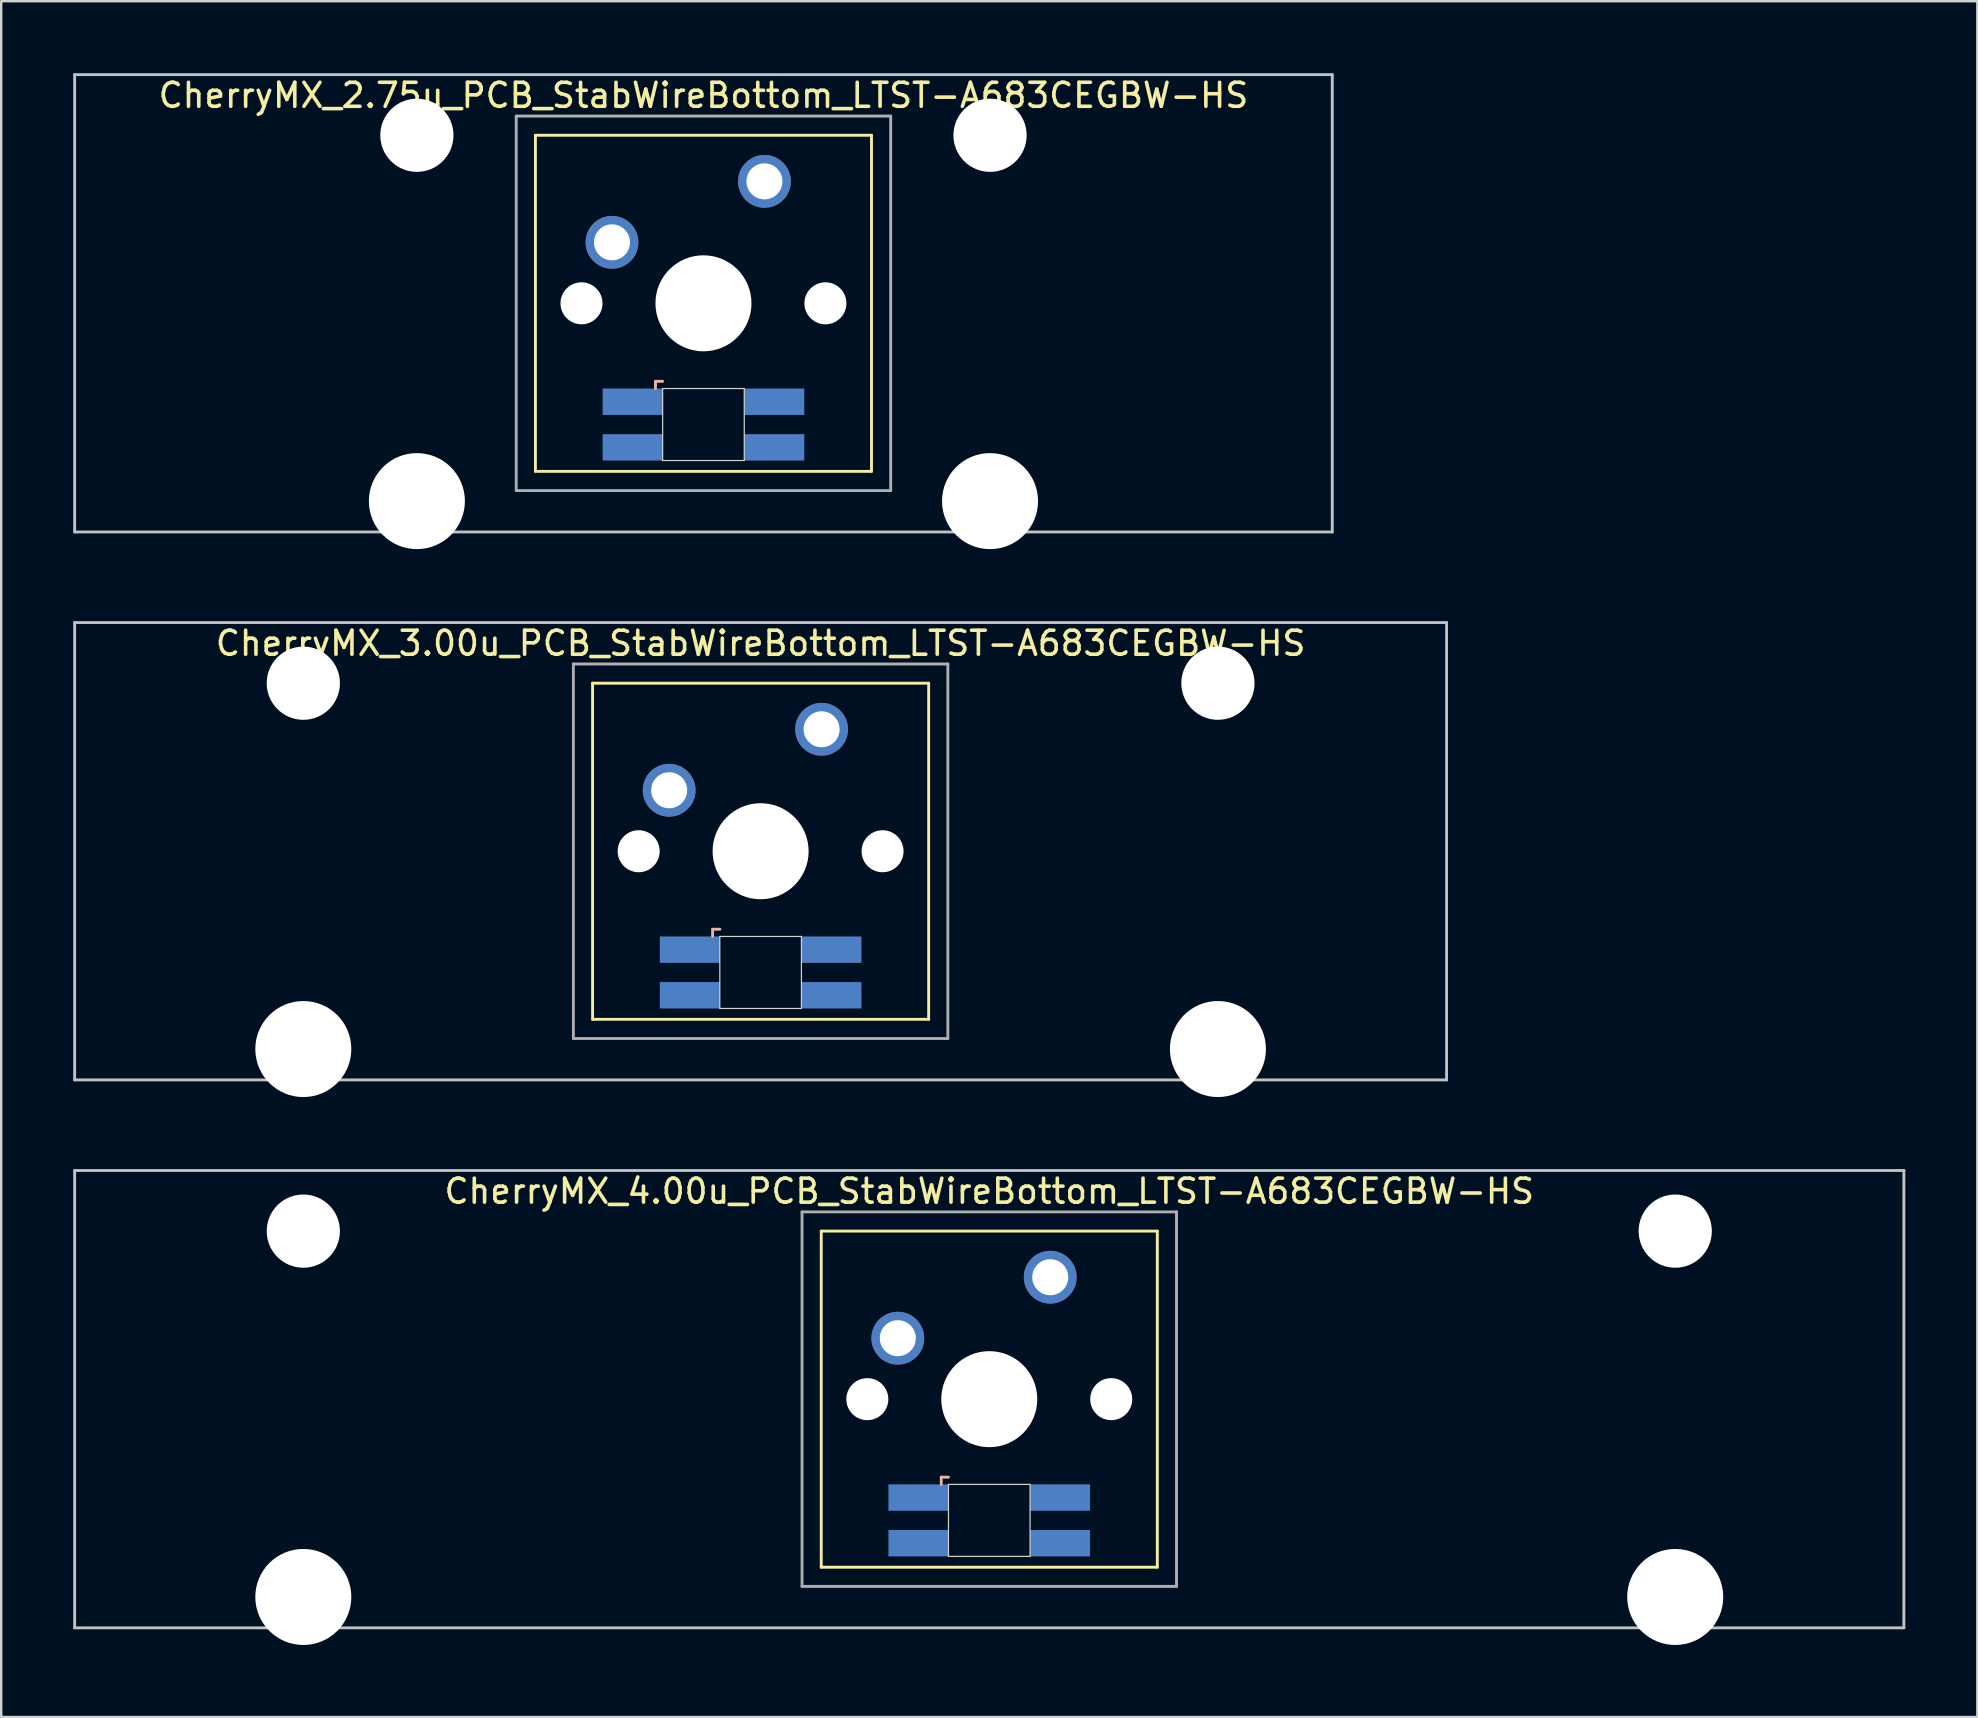
<source format=kicad_pcb>
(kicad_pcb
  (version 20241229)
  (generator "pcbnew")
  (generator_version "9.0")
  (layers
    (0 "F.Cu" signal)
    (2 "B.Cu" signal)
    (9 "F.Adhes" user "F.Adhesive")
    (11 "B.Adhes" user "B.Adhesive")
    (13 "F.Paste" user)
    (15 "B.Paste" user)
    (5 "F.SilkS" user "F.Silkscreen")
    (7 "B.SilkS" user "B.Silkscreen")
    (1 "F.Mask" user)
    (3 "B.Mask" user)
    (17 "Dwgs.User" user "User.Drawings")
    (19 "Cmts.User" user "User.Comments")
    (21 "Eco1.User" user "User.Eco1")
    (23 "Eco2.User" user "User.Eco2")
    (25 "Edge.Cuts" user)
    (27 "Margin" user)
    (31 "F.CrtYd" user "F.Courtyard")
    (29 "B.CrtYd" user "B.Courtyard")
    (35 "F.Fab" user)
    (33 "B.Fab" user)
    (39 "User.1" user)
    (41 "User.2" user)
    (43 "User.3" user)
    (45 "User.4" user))
  (footprint "CherryMX_2.75u_PCB_StabWireBottom_LTST-A683CEGBW-HS"
    (layer "F.Cu")
    (at 26.254 9.585)
    (property "Reference" "CherryMX_2.75u_PCB_StabWireBottom_LTST-A683CEGBW-HS" (at 0 -8.662 0) (layer "F.SilkS") (effects (font (size 1 1) (thickness 0.15))))
    (attr through_hole)
    (fp_line (start -7 -7) (end -7 7) (stroke (width 0.12) (type solid)) (layer "F.SilkS"))
    (fp_line (start -7 -7) (end 7 -7) (stroke (width 0.12) (type solid)) (layer "F.SilkS"))
    (fp_line (start 7 -7) (end 7 7) (stroke (width 0.12) (type solid)) (layer "F.SilkS"))
    (fp_line (start 7 7) (end -7 7) (stroke (width 0.12) (type solid)) (layer "F.SilkS"))
    (fp_line (start -2 3.25) (end -2 3.55) (stroke (width 0.12) (type solid)) (layer "B.SilkS"))
    (fp_line (start -1.7 3.25) (end -2 3.25) (stroke (width 0.12) (type solid)) (layer "B.SilkS"))
    (fp_line (start -26.194 -9.525) (end 26.194 -9.525) (stroke (width 0.12) (type solid)) (layer "Dwgs.User"))
    (fp_line (start -26.194 9.525) (end -26.194 -9.525) (stroke (width 0.12) (type solid)) (layer "Dwgs.User"))
    (fp_line (start 26.194 -9.525) (end 26.194 9.525) (stroke (width 0.12) (type solid)) (layer "Dwgs.User"))
    (fp_line (start 26.194 9.525) (end -26.194 9.525) (stroke (width 0.12) (type solid)) (layer "Dwgs.User"))
    (fp_line (start -1.7 3.55) (end 1.7 3.55) (stroke (width 0.05) (type solid)) (layer "Edge.Cuts"))
    (fp_line (start -1.7 6.55) (end -1.7 3.55) (stroke (width 0.05) (type solid)) (layer "Edge.Cuts"))
    (fp_line (start 1.7 3.55) (end 1.7 6.55) (stroke (width 0.05) (type solid)) (layer "Edge.Cuts"))
    (fp_line (start 1.7 6.55) (end -1.7 6.55) (stroke (width 0.05) (type solid)) (layer "Edge.Cuts"))
    (fp_line (start -7.8 -7.8) (end -7.8 7.8) (stroke (width 0.12) (type solid)) (layer "F.Fab"))
    (fp_line (start -7.8 -7.8) (end 7.8 -7.8) (stroke (width 0.12) (type solid)) (layer "F.Fab"))
    (fp_line (start -7.8 7.8) (end 7.8 7.8) (stroke (width 0.12) (type solid)) (layer "F.Fab"))
    (fp_line (start 7.8 -7.8) (end 7.8 7.8) (stroke (width 0.12) (type solid)) (layer "F.Fab"))
    (pad "" np_thru_hole circle (at -11.938 -7) (size 3.05 3.05) (drill 3.05) (layers "*.Cu" "*.Mask"))
    (pad "" np_thru_hole circle (at -11.938 8.24) (size 4 4) (drill 4) (layers "*.Cu" "*.Mask"))
    (pad "" np_thru_hole circle (at -5.08 0) (size 1.75 1.75) (drill 1.75) (layers "*.Cu" "*.Mask"))
    (pad "" np_thru_hole circle (at 0 0) (size 4 4) (drill 4) (layers "*.Cu" "*.Mask"))
    (pad "" np_thru_hole circle (at 5.08 0) (size 1.75 1.75) (drill 1.75) (layers "*.Cu" "*.Mask"))
    (pad "" np_thru_hole circle (at 11.938 -7) (size 3.05 3.05) (drill 3.05) (layers "*.Cu" "*.Mask"))
    (pad "" np_thru_hole circle (at 11.938 8.24) (size 4 4) (drill 4) (layers "*.Cu" "*.Mask"))
    (pad "1" thru_hole circle (at -3.81 -2.54) (size 2.2 2.2) (drill 1.5) (layers "*.Cu" "*.Mask"))
    (pad "2" thru_hole circle (at 2.54 -5.08) (size 2.2 2.2) (drill 1.5) (layers "*.Cu" "*.Mask"))
    (pad "3" smd rect (at -2.95 4.1) (size 2.5 1.1) (layers "B.Cu" "B.Mask" "B.Paste"))
    (pad "4" smd rect (at -2.95 6) (size 2.5 1.1) (layers "B.Cu" "B.Mask" "B.Paste"))
    (pad "5" smd rect (at 2.95 4.1) (size 2.5 1.1) (layers "B.Cu" "B.Mask" "B.Paste"))
    (pad "6" smd rect (at 2.95 6) (size 2.5 1.1) (layers "B.Cu" "B.Mask" "B.Paste")))
  (footprint "CherryMX_3.00u_PCB_StabWireBottom_LTST-A683CEGBW-HS"
    (layer "F.Cu")
    (at 28.635 32.41)
    (property "Reference" "CherryMX_3.00u_PCB_StabWireBottom_LTST-A683CEGBW-HS" (at 0 -8.662 0) (layer "F.SilkS") (effects (font (size 1 1) (thickness 0.15))))
    (attr through_hole)
    (fp_line (start -7 -7) (end -7 7) (stroke (width 0.12) (type solid)) (layer "F.SilkS"))
    (fp_line (start -7 -7) (end 7 -7) (stroke (width 0.12) (type solid)) (layer "F.SilkS"))
    (fp_line (start 7 -7) (end 7 7) (stroke (width 0.12) (type solid)) (layer "F.SilkS"))
    (fp_line (start 7 7) (end -7 7) (stroke (width 0.12) (type solid)) (layer "F.SilkS"))
    (fp_line (start -2 3.25) (end -2 3.55) (stroke (width 0.12) (type solid)) (layer "B.SilkS"))
    (fp_line (start -1.7 3.25) (end -2 3.25) (stroke (width 0.12) (type solid)) (layer "B.SilkS"))
    (fp_line (start -28.575 -9.525) (end 28.575 -9.525) (stroke (width 0.12) (type solid)) (layer "Dwgs.User"))
    (fp_line (start -28.575 9.525) (end -28.575 -9.525) (stroke (width 0.12) (type solid)) (layer "Dwgs.User"))
    (fp_line (start 28.575 -9.525) (end 28.575 9.525) (stroke (width 0.12) (type solid)) (layer "Dwgs.User"))
    (fp_line (start 28.575 9.525) (end -28.575 9.525) (stroke (width 0.12) (type solid)) (layer "Dwgs.User"))
    (fp_line (start -1.7 3.55) (end 1.7 3.55) (stroke (width 0.05) (type solid)) (layer "Edge.Cuts"))
    (fp_line (start -1.7 6.55) (end -1.7 3.55) (stroke (width 0.05) (type solid)) (layer "Edge.Cuts"))
    (fp_line (start 1.7 3.55) (end 1.7 6.55) (stroke (width 0.05) (type solid)) (layer "Edge.Cuts"))
    (fp_line (start 1.7 6.55) (end -1.7 6.55) (stroke (width 0.05) (type solid)) (layer "Edge.Cuts"))
    (fp_line (start -7.8 -7.8) (end -7.8 7.8) (stroke (width 0.12) (type solid)) (layer "F.Fab"))
    (fp_line (start -7.8 -7.8) (end 7.8 -7.8) (stroke (width 0.12) (type solid)) (layer "F.Fab"))
    (fp_line (start -7.8 7.8) (end 7.8 7.8) (stroke (width 0.12) (type solid)) (layer "F.Fab"))
    (fp_line (start 7.8 -7.8) (end 7.8 7.8) (stroke (width 0.12) (type solid)) (layer "F.Fab"))
    (pad "" np_thru_hole circle (at -19.05 -7) (size 3.05 3.05) (drill 3.05) (layers "*.Cu" "*.Mask"))
    (pad "" np_thru_hole circle (at -19.05 8.24) (size 4 4) (drill 4) (layers "*.Cu" "*.Mask"))
    (pad "" np_thru_hole circle (at -5.08 0) (size 1.75 1.75) (drill 1.75) (layers "*.Cu" "*.Mask"))
    (pad "" np_thru_hole circle (at 0 0) (size 4 4) (drill 4) (layers "*.Cu" "*.Mask"))
    (pad "" np_thru_hole circle (at 5.08 0) (size 1.75 1.75) (drill 1.75) (layers "*.Cu" "*.Mask"))
    (pad "" np_thru_hole circle (at 19.05 -7) (size 3.05 3.05) (drill 3.05) (layers "*.Cu" "*.Mask"))
    (pad "" np_thru_hole circle (at 19.05 8.24) (size 4 4) (drill 4) (layers "*.Cu" "*.Mask"))
    (pad "1" thru_hole circle (at -3.81 -2.54) (size 2.2 2.2) (drill 1.5) (layers "*.Cu" "*.Mask"))
    (pad "2" thru_hole circle (at 2.54 -5.08) (size 2.2 2.2) (drill 1.5) (layers "*.Cu" "*.Mask"))
    (pad "3" smd rect (at -2.95 4.1) (size 2.5 1.1) (layers "B.Cu" "B.Mask" "B.Paste"))
    (pad "4" smd rect (at -2.95 6) (size 2.5 1.1) (layers "B.Cu" "B.Mask" "B.Paste"))
    (pad "5" smd rect (at 2.95 4.1) (size 2.5 1.1) (layers "B.Cu" "B.Mask" "B.Paste"))
    (pad "6" smd rect (at 2.95 6) (size 2.5 1.1) (layers "B.Cu" "B.Mask" "B.Paste")))
  (footprint "CherryMX_4.00u_PCB_StabWireBottom_LTST-A683CEGBW-HS"
    (layer "F.Cu")
    (at 38.16 55.235)
    (property "Reference" "CherryMX_4.00u_PCB_StabWireBottom_LTST-A683CEGBW-HS" (at 0 -8.662 0) (layer "F.SilkS") (effects (font (size 1 1) (thickness 0.15))))
    (attr through_hole)
    (fp_line (start -7 -7) (end -7 7) (stroke (width 0.12) (type solid)) (layer "F.SilkS"))
    (fp_line (start -7 -7) (end 7 -7) (stroke (width 0.12) (type solid)) (layer "F.SilkS"))
    (fp_line (start 7 -7) (end 7 7) (stroke (width 0.12) (type solid)) (layer "F.SilkS"))
    (fp_line (start 7 7) (end -7 7) (stroke (width 0.12) (type solid)) (layer "F.SilkS"))
    (fp_line (start -2 3.25) (end -2 3.55) (stroke (width 0.12) (type solid)) (layer "B.SilkS"))
    (fp_line (start -1.7 3.25) (end -2 3.25) (stroke (width 0.12) (type solid)) (layer "B.SilkS"))
    (fp_line (start -38.1 -9.525) (end 38.1 -9.525) (stroke (width 0.12) (type solid)) (layer "Dwgs.User"))
    (fp_line (start -38.1 9.525) (end -38.1 -9.525) (stroke (width 0.12) (type solid)) (layer "Dwgs.User"))
    (fp_line (start 38.1 -9.525) (end 38.1 9.525) (stroke (width 0.12) (type solid)) (layer "Dwgs.User"))
    (fp_line (start 38.1 9.525) (end -38.1 9.525) (stroke (width 0.12) (type solid)) (layer "Dwgs.User"))
    (fp_line (start -1.7 3.55) (end 1.7 3.55) (stroke (width 0.05) (type solid)) (layer "Edge.Cuts"))
    (fp_line (start -1.7 6.55) (end -1.7 3.55) (stroke (width 0.05) (type solid)) (layer "Edge.Cuts"))
    (fp_line (start 1.7 3.55) (end 1.7 6.55) (stroke (width 0.05) (type solid)) (layer "Edge.Cuts"))
    (fp_line (start 1.7 6.55) (end -1.7 6.55) (stroke (width 0.05) (type solid)) (layer "Edge.Cuts"))
    (fp_line (start -7.8 -7.8) (end -7.8 7.8) (stroke (width 0.12) (type solid)) (layer "F.Fab"))
    (fp_line (start -7.8 -7.8) (end 7.8 -7.8) (stroke (width 0.12) (type solid)) (layer "F.Fab"))
    (fp_line (start -7.8 7.8) (end 7.8 7.8) (stroke (width 0.12) (type solid)) (layer "F.Fab"))
    (fp_line (start 7.8 -7.8) (end 7.8 7.8) (stroke (width 0.12) (type solid)) (layer "F.Fab"))
    (pad "" np_thru_hole circle (at -28.575 -7) (size 3.05 3.05) (drill 3.05) (layers "*.Cu" "*.Mask"))
    (pad "" np_thru_hole circle (at -28.575 8.24) (size 4 4) (drill 4) (layers "*.Cu" "*.Mask"))
    (pad "" np_thru_hole circle (at -5.08 0) (size 1.75 1.75) (drill 1.75) (layers "*.Cu" "*.Mask"))
    (pad "" np_thru_hole circle (at 0 0) (size 4 4) (drill 4) (layers "*.Cu" "*.Mask"))
    (pad "" np_thru_hole circle (at 5.08 0) (size 1.75 1.75) (drill 1.75) (layers "*.Cu" "*.Mask"))
    (pad "" np_thru_hole circle (at 28.575 -7) (size 3.05 3.05) (drill 3.05) (layers "*.Cu" "*.Mask"))
    (pad "" np_thru_hole circle (at 28.575 8.24) (size 4 4) (drill 4) (layers "*.Cu" "*.Mask"))
    (pad "1" thru_hole circle (at -3.81 -2.54) (size 2.2 2.2) (drill 1.5) (layers "*.Cu" "*.Mask"))
    (pad "2" thru_hole circle (at 2.54 -5.08) (size 2.2 2.2) (drill 1.5) (layers "*.Cu" "*.Mask"))
    (pad "3" smd rect (at -2.95 4.1) (size 2.5 1.1) (layers "B.Cu" "B.Mask" "B.Paste"))
    (pad "4" smd rect (at -2.95 6) (size 2.5 1.1) (layers "B.Cu" "B.Mask" "B.Paste"))
    (pad "5" smd rect (at 2.95 4.1) (size 2.5 1.1) (layers "B.Cu" "B.Mask" "B.Paste"))
    (pad "6" smd rect (at 2.95 6) (size 2.5 1.1) (layers "B.Cu" "B.Mask" "B.Paste")))
  (gr_rect
    (start -3 -3)
    (end 79.32 68.475)
    (stroke (width 0.1) (type default))
    (fill no)
    (layer "Edge.Cuts")))
</source>
